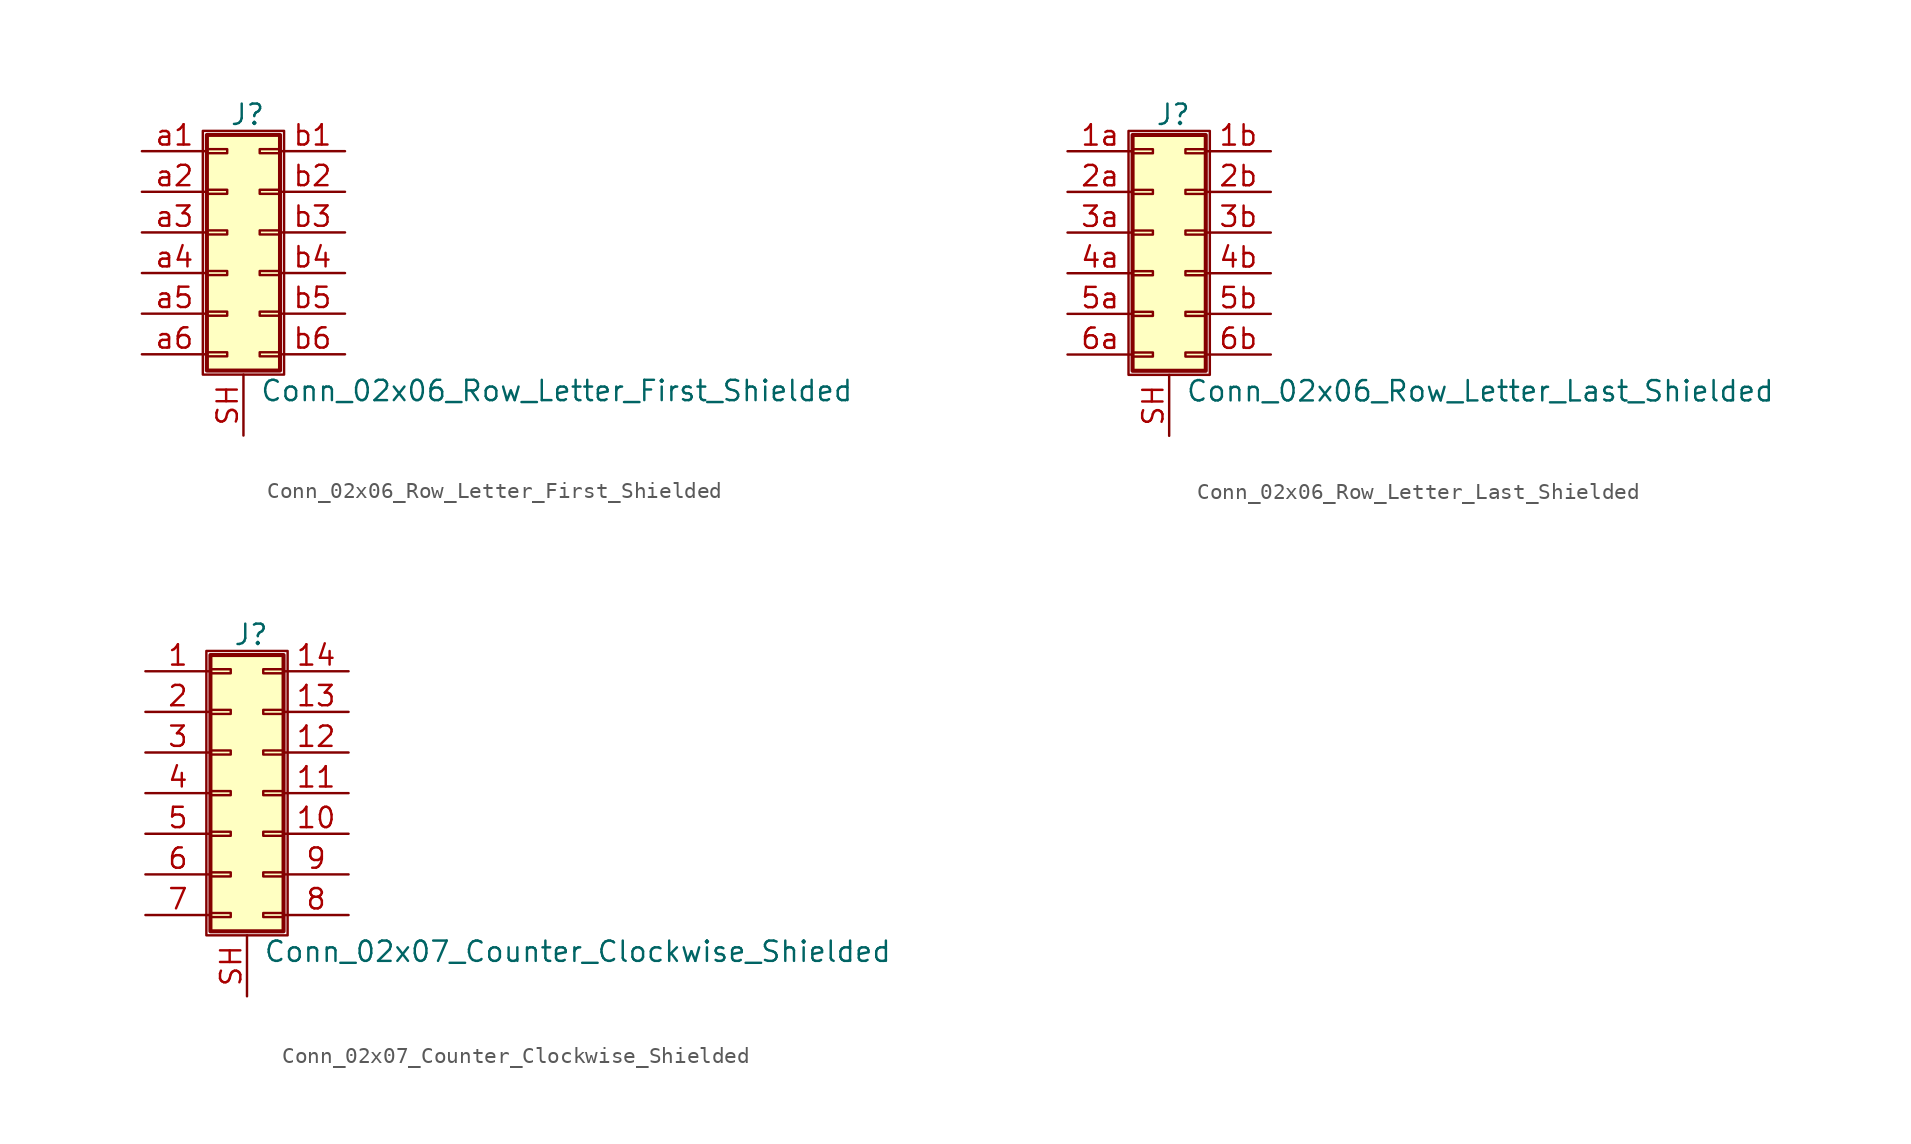
<source format=kicad_sym>
(kicad_symbol_lib
  (version 20201005)
  (generator kicad_symbol_editor)
  (symbol "Conn_02x06_Row_Letter_First_Shielded"
    (pin_names
      (offset 1.016) hide)
    (property "Reference" "J"
      (at 1.524 7.366 0)
      (effects (font (size 1.27 1.27))))
    (property "Value" "Conn_02x06_Row_Letter_First_Shielded"
      (at 2.286 -9.906 0)
      (effects (font (size 1.27 1.27)) (justify left)))
    (symbol "Conn_02x06_Row_Letter_First_Shielded_1_1"
      (rectangle (start -1.27 6.35) (end 3.81 -8.89) (stroke (width 0.152)) (fill (type none)))
      (rectangle (start -1.016 -7.493) (end 0.254 -7.747) (stroke (width 0.152)) (fill (type none)))
      (rectangle (start -1.016 -4.953) (end 0.254 -5.207) (stroke (width 0.152)) (fill (type none)))
      (rectangle (start -1.016 -2.413) (end 0.254 -2.667) (stroke (width 0.152)) (fill (type none)))
      (rectangle (start -1.016 0.127) (end 0.254 -0.127) (stroke (width 0.152)) (fill (type none)))
      (rectangle (start -1.016 2.667) (end 0.254 2.413) (stroke (width 0.152)) (fill (type none)))
      (rectangle (start -1.016 5.207) (end 0.254 4.953) (stroke (width 0.152)) (fill (type none)))
      (rectangle (start -1.016 6.096) (end 3.556 -8.636) (stroke (width 0.254)) (fill (type background)))
      (rectangle (start 3.556 -7.493) (end 2.286 -7.747) (stroke (width 0.152)) (fill (type none)))
      (rectangle (start 3.556 -4.953) (end 2.286 -5.207) (stroke (width 0.152)) (fill (type none)))
      (rectangle (start 3.556 -2.413) (end 2.286 -2.667) (stroke (width 0.152)) (fill (type none)))
      (rectangle (start 3.556 0.127) (end 2.286 -0.127) (stroke (width 0.152)) (fill (type none)))
      (rectangle (start 3.556 2.667) (end 2.286 2.413) (stroke (width 0.152)) (fill (type none)))
      (rectangle (start 3.556 5.207) (end 2.286 4.953) (stroke (width 0.152)) (fill (type none)))
      (pin passive line (at 1.27 -12.7 90) (length 3.81) (name "Shield" (effects (font (size 1.27 1.27)))) (number "SH" (effects (font (size 1.27 1.27)))))
      (pin passive line (at -5.08 5.08 0) (length 4.064) (name "Pin_a1" (effects (font (size 1.27 1.27)))) (number "a1" (effects (font (size 1.27 1.27)))))
      (pin passive line (at -5.08 2.54 0) (length 4.064) (name "Pin_a2" (effects (font (size 1.27 1.27)))) (number "a2" (effects (font (size 1.27 1.27)))))
      (pin passive line (at -5.08 0 0) (length 4.064) (name "Pin_a3" (effects (font (size 1.27 1.27)))) (number "a3" (effects (font (size 1.27 1.27)))))
      (pin passive line (at -5.08 -2.54 0) (length 4.064) (name "Pin_a4" (effects (font (size 1.27 1.27)))) (number "a4" (effects (font (size 1.27 1.27)))))
      (pin passive line (at -5.08 -5.08 0) (length 4.064) (name "Pin_a5" (effects (font (size 1.27 1.27)))) (number "a5" (effects (font (size 1.27 1.27)))))
      (pin passive line (at -5.08 -7.62 0) (length 4.064) (name "Pin_a6" (effects (font (size 1.27 1.27)))) (number "a6" (effects (font (size 1.27 1.27)))))
      (pin passive line (at 7.62 5.08 180) (length 4.064) (name "Pin_b1" (effects (font (size 1.27 1.27)))) (number "b1" (effects (font (size 1.27 1.27)))))
      (pin passive line (at 7.62 2.54 180) (length 4.064) (name "Pin_b2" (effects (font (size 1.27 1.27)))) (number "b2" (effects (font (size 1.27 1.27)))))
      (pin passive line (at 7.62 0 180) (length 4.064) (name "Pin_b3" (effects (font (size 1.27 1.27)))) (number "b3" (effects (font (size 1.27 1.27)))))
      (pin passive line (at 7.62 -2.54 180) (length 4.064) (name "Pin_b4" (effects (font (size 1.27 1.27)))) (number "b4" (effects (font (size 1.27 1.27)))))
      (pin passive line (at 7.62 -5.08 180) (length 4.064) (name "Pin_b5" (effects (font (size 1.27 1.27)))) (number "b5" (effects (font (size 1.27 1.27)))))
      (pin passive line (at 7.62 -7.62 180) (length 4.064) (name "Pin_b6" (effects (font (size 1.27 1.27)))) (number "b6" (effects (font (size 1.27 1.27)))))))
  (symbol "Conn_02x06_Row_Letter_Last_Shielded"
    (pin_names
      (offset 1.016) hide)
    (property "Reference" "J"
      (at 1.524 7.366 0)
      (effects (font (size 1.27 1.27))))
    (property "Value" "Conn_02x06_Row_Letter_Last_Shielded"
      (at 2.286 -9.906 0)
      (effects (font (size 1.27 1.27)) (justify left)))
    (symbol "Conn_02x06_Row_Letter_Last_Shielded_1_1"
      (rectangle (start -1.27 6.35) (end 3.81 -8.89) (stroke (width 0.152)) (fill (type none)))
      (rectangle (start -1.016 -7.493) (end 0.254 -7.747) (stroke (width 0.152)) (fill (type none)))
      (rectangle (start -1.016 -4.953) (end 0.254 -5.207) (stroke (width 0.152)) (fill (type none)))
      (rectangle (start -1.016 -2.413) (end 0.254 -2.667) (stroke (width 0.152)) (fill (type none)))
      (rectangle (start -1.016 0.127) (end 0.254 -0.127) (stroke (width 0.152)) (fill (type none)))
      (rectangle (start -1.016 2.667) (end 0.254 2.413) (stroke (width 0.152)) (fill (type none)))
      (rectangle (start -1.016 5.207) (end 0.254 4.953) (stroke (width 0.152)) (fill (type none)))
      (rectangle (start -1.016 6.096) (end 3.556 -8.636) (stroke (width 0.254)) (fill (type background)))
      (rectangle (start 3.556 -7.493) (end 2.286 -7.747) (stroke (width 0.152)) (fill (type none)))
      (rectangle (start 3.556 -4.953) (end 2.286 -5.207) (stroke (width 0.152)) (fill (type none)))
      (rectangle (start 3.556 -2.413) (end 2.286 -2.667) (stroke (width 0.152)) (fill (type none)))
      (rectangle (start 3.556 0.127) (end 2.286 -0.127) (stroke (width 0.152)) (fill (type none)))
      (rectangle (start 3.556 2.667) (end 2.286 2.413) (stroke (width 0.152)) (fill (type none)))
      (rectangle (start 3.556 5.207) (end 2.286 4.953) (stroke (width 0.152)) (fill (type none)))
      (pin passive line (at -5.08 5.08 0) (length 4.064) (name "Pin_1a" (effects (font (size 1.27 1.27)))) (number "1a" (effects (font (size 1.27 1.27)))))
      (pin passive line (at 7.62 5.08 180) (length 4.064) (name "Pin_1b" (effects (font (size 1.27 1.27)))) (number "1b" (effects (font (size 1.27 1.27)))))
      (pin passive line (at -5.08 2.54 0) (length 4.064) (name "Pin_2a" (effects (font (size 1.27 1.27)))) (number "2a" (effects (font (size 1.27 1.27)))))
      (pin passive line (at 7.62 2.54 180) (length 4.064) (name "Pin_2b" (effects (font (size 1.27 1.27)))) (number "2b" (effects (font (size 1.27 1.27)))))
      (pin passive line (at -5.08 0 0) (length 4.064) (name "Pin_3a" (effects (font (size 1.27 1.27)))) (number "3a" (effects (font (size 1.27 1.27)))))
      (pin passive line (at 7.62 0 180) (length 4.064) (name "Pin_3b" (effects (font (size 1.27 1.27)))) (number "3b" (effects (font (size 1.27 1.27)))))
      (pin passive line (at -5.08 -2.54 0) (length 4.064) (name "Pin_4a" (effects (font (size 1.27 1.27)))) (number "4a" (effects (font (size 1.27 1.27)))))
      (pin passive line (at 7.62 -2.54 180) (length 4.064) (name "Pin_4b" (effects (font (size 1.27 1.27)))) (number "4b" (effects (font (size 1.27 1.27)))))
      (pin passive line (at -5.08 -5.08 0) (length 4.064) (name "Pin_5a" (effects (font (size 1.27 1.27)))) (number "5a" (effects (font (size 1.27 1.27)))))
      (pin passive line (at 7.62 -5.08 180) (length 4.064) (name "Pin_5b" (effects (font (size 1.27 1.27)))) (number "5b" (effects (font (size 1.27 1.27)))))
      (pin passive line (at -5.08 -7.62 0) (length 4.064) (name "Pin_6a" (effects (font (size 1.27 1.27)))) (number "6a" (effects (font (size 1.27 1.27)))))
      (pin passive line (at 7.62 -7.62 180) (length 4.064) (name "Pin_6b" (effects (font (size 1.27 1.27)))) (number "6b" (effects (font (size 1.27 1.27)))))
      (pin passive line (at 1.27 -12.7 90) (length 3.81) (name "Shield" (effects (font (size 1.27 1.27)))) (number "SH" (effects (font (size 1.27 1.27)))))))
  (symbol "Conn_02x07_Counter_Clockwise_Shielded"
    (pin_names
      (offset 1.016) hide)
    (property "Reference" "J"
      (at 1.524 9.906 0)
      (effects (font (size 1.27 1.27))))
    (property "Value" "Conn_02x07_Counter_Clockwise_Shielded"
      (at 2.286 -9.906 0)
      (effects (font (size 1.27 1.27)) (justify left)))
    (symbol "Conn_02x07_Counter_Clockwise_Shielded_1_1"
      (rectangle (start -1.27 8.89) (end 3.81 -8.89) (stroke (width 0.152)) (fill (type none)))
      (rectangle (start -1.016 -7.493) (end 0.254 -7.747) (stroke (width 0.152)) (fill (type none)))
      (rectangle (start -1.016 -4.953) (end 0.254 -5.207) (stroke (width 0.152)) (fill (type none)))
      (rectangle (start -1.016 -2.413) (end 0.254 -2.667) (stroke (width 0.152)) (fill (type none)))
      (rectangle (start -1.016 0.127) (end 0.254 -0.127) (stroke (width 0.152)) (fill (type none)))
      (rectangle (start -1.016 2.667) (end 0.254 2.413) (stroke (width 0.152)) (fill (type none)))
      (rectangle (start -1.016 5.207) (end 0.254 4.953) (stroke (width 0.152)) (fill (type none)))
      (rectangle (start -1.016 7.747) (end 0.254 7.493) (stroke (width 0.152)) (fill (type none)))
      (rectangle (start -1.016 8.636) (end 3.556 -8.636) (stroke (width 0.254)) (fill (type background)))
      (rectangle (start 3.556 -7.493) (end 2.286 -7.747) (stroke (width 0.152)) (fill (type none)))
      (rectangle (start 3.556 -4.953) (end 2.286 -5.207) (stroke (width 0.152)) (fill (type none)))
      (rectangle (start 3.556 -2.413) (end 2.286 -2.667) (stroke (width 0.152)) (fill (type none)))
      (rectangle (start 3.556 0.127) (end 2.286 -0.127) (stroke (width 0.152)) (fill (type none)))
      (rectangle (start 3.556 2.667) (end 2.286 2.413) (stroke (width 0.152)) (fill (type none)))
      (rectangle (start 3.556 5.207) (end 2.286 4.953) (stroke (width 0.152)) (fill (type none)))
      (rectangle (start 3.556 7.747) (end 2.286 7.493) (stroke (width 0.152)) (fill (type none)))
      (pin passive line (at -5.08 7.62 0) (length 4.064) (name "Pin_1" (effects (font (size 1.27 1.27)))) (number "1" (effects (font (size 1.27 1.27)))))
      (pin passive line (at 7.62 -2.54 180) (length 4.064) (name "Pin_10" (effects (font (size 1.27 1.27)))) (number "10" (effects (font (size 1.27 1.27)))))
      (pin passive line (at 7.62 0 180) (length 4.064) (name "Pin_11" (effects (font (size 1.27 1.27)))) (number "11" (effects (font (size 1.27 1.27)))))
      (pin passive line (at 7.62 2.54 180) (length 4.064) (name "Pin_12" (effects (font (size 1.27 1.27)))) (number "12" (effects (font (size 1.27 1.27)))))
      (pin passive line (at 7.62 5.08 180) (length 4.064) (name "Pin_13" (effects (font (size 1.27 1.27)))) (number "13" (effects (font (size 1.27 1.27)))))
      (pin passive line (at 7.62 7.62 180) (length 4.064) (name "Pin_14" (effects (font (size 1.27 1.27)))) (number "14" (effects (font (size 1.27 1.27)))))
      (pin passive line (at -5.08 5.08 0) (length 4.064) (name "Pin_2" (effects (font (size 1.27 1.27)))) (number "2" (effects (font (size 1.27 1.27)))))
      (pin passive line (at -5.08 2.54 0) (length 4.064) (name "Pin_3" (effects (font (size 1.27 1.27)))) (number "3" (effects (font (size 1.27 1.27)))))
      (pin passive line (at -5.08 0 0) (length 4.064) (name "Pin_4" (effects (font (size 1.27 1.27)))) (number "4" (effects (font (size 1.27 1.27)))))
      (pin passive line (at -5.08 -2.54 0) (length 4.064) (name "Pin_5" (effects (font (size 1.27 1.27)))) (number "5" (effects (font (size 1.27 1.27)))))
      (pin passive line (at -5.08 -5.08 0) (length 4.064) (name "Pin_6" (effects (font (size 1.27 1.27)))) (number "6" (effects (font (size 1.27 1.27)))))
      (pin passive line (at -5.08 -7.62 0) (length 4.064) (name "Pin_7" (effects (font (size 1.27 1.27)))) (number "7" (effects (font (size 1.27 1.27)))))
      (pin passive line (at 7.62 -7.62 180) (length 4.064) (name "Pin_8" (effects (font (size 1.27 1.27)))) (number "8" (effects (font (size 1.27 1.27)))))
      (pin passive line (at 7.62 -5.08 180) (length 4.064) (name "Pin_9" (effects (font (size 1.27 1.27)))) (number "9" (effects (font (size 1.27 1.27)))))
      (pin passive line (at 1.27 -12.7 90) (length 3.81) (name "Shield" (effects (font (size 1.27 1.27)))) (number "SH" (effects (font (size 1.27 1.27))))))))
</source>
